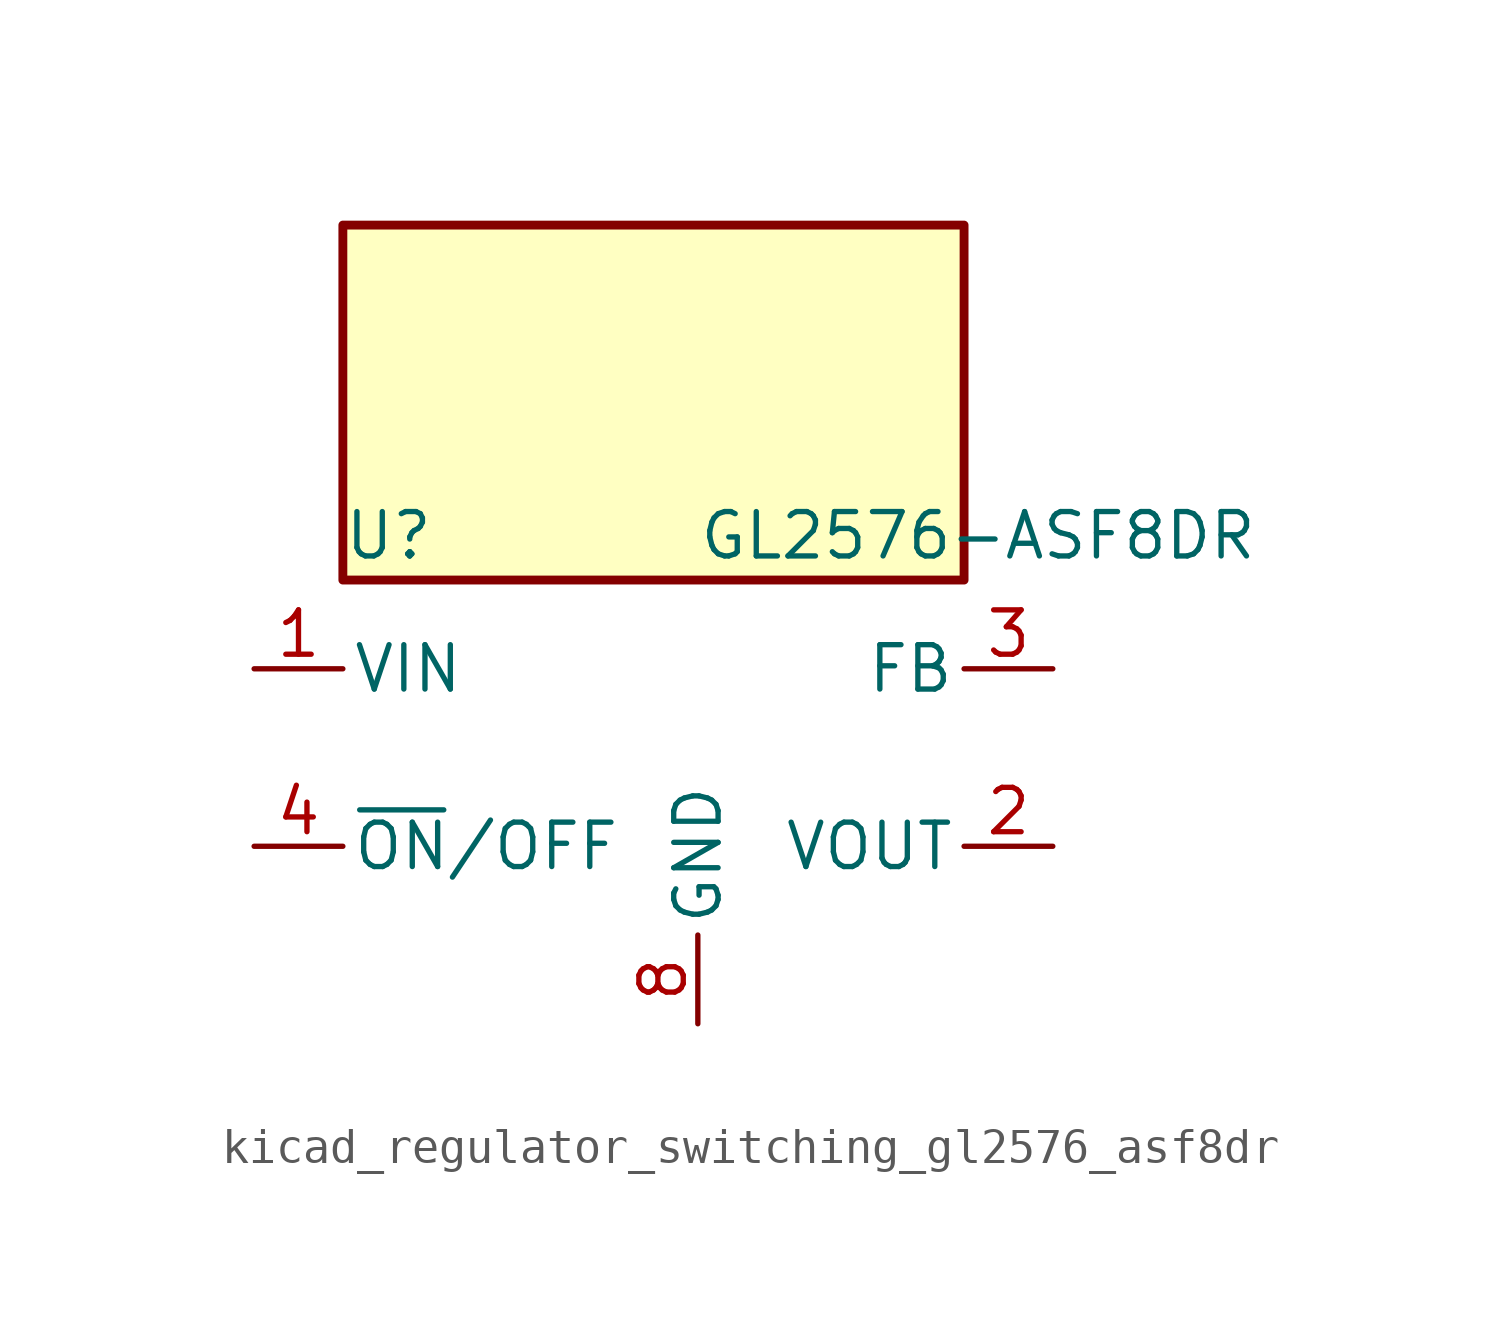
<source format=kicad_sym>
(kicad_symbol_lib
  (version 20220914)
  (generator kicad_symbol_editor)
  (symbol "kicad_regulator_switching_gl2576_asf8dr"
    (pin_names
      (offset 0.254))
    (property "Reference" "U"
      (at -10.16 6.35 0)
      (effects (font (size 1.27 1.27)) (justify left)))
    (property "Value" "GL2576-ASF8DR"
      (at 0 6.35 0)
      (effects (font (size 1.27 1.27)) (justify left)))
    (symbol "kicad_regulator_switching_gl2576_asf8dr_0_1"
      (rectangle (start 7.62 15.24) (end -10.16 5.08) (stroke (width 0.254) (type default)) (fill (type background))))
    (symbol "kicad_regulator_switching_gl2576_asf8dr_1_1"
      (pin power_in line (at -12.7 2.54 0) (length 2.54) (name "VIN" (effects (font (size 1.27 1.27)))) (number "1" (effects (font (size 1.27 1.27)))))
      (pin output line (at 10.16 -2.54 180) (length 2.54) (name "VOUT" (effects (font (size 1.27 1.27)))) (number "2" (effects (font (size 1.27 1.27)))))
      (pin passive line (at 10.16 2.54 180) (length 2.54) (name "FB" (effects (font (size 1.27 1.27)))) (number "3" (effects (font (size 1.27 1.27)))))
      (pin input line (at -12.7 -2.54 0) (length 2.54) (name "~{ON}/OFF" (effects (font (size 1.27 1.27)))) (number "4" (effects (font (size 1.27 1.27)))))
      (pin passive line (at 0 -7.62 90) (length 2.54) hide (name "GND" (effects (font (size 1.27 1.27)))) (number "5" (effects (font (size 1.27 1.27)))))
      (pin passive line (at 0 -7.62 90) (length 2.54) hide (name "GND" (effects (font (size 1.27 1.27)))) (number "6" (effects (font (size 1.27 1.27)))))
      (pin passive line (at 0 -7.62 90) (length 2.54) hide (name "GND" (effects (font (size 1.27 1.27)))) (number "7" (effects (font (size 1.27 1.27)))))
      (pin power_in line (at 0 -7.62 90) (length 2.54) (name "GND" (effects (font (size 1.27 1.27)))) (number "8" (effects (font (size 1.27 1.27))))))))
</source>
